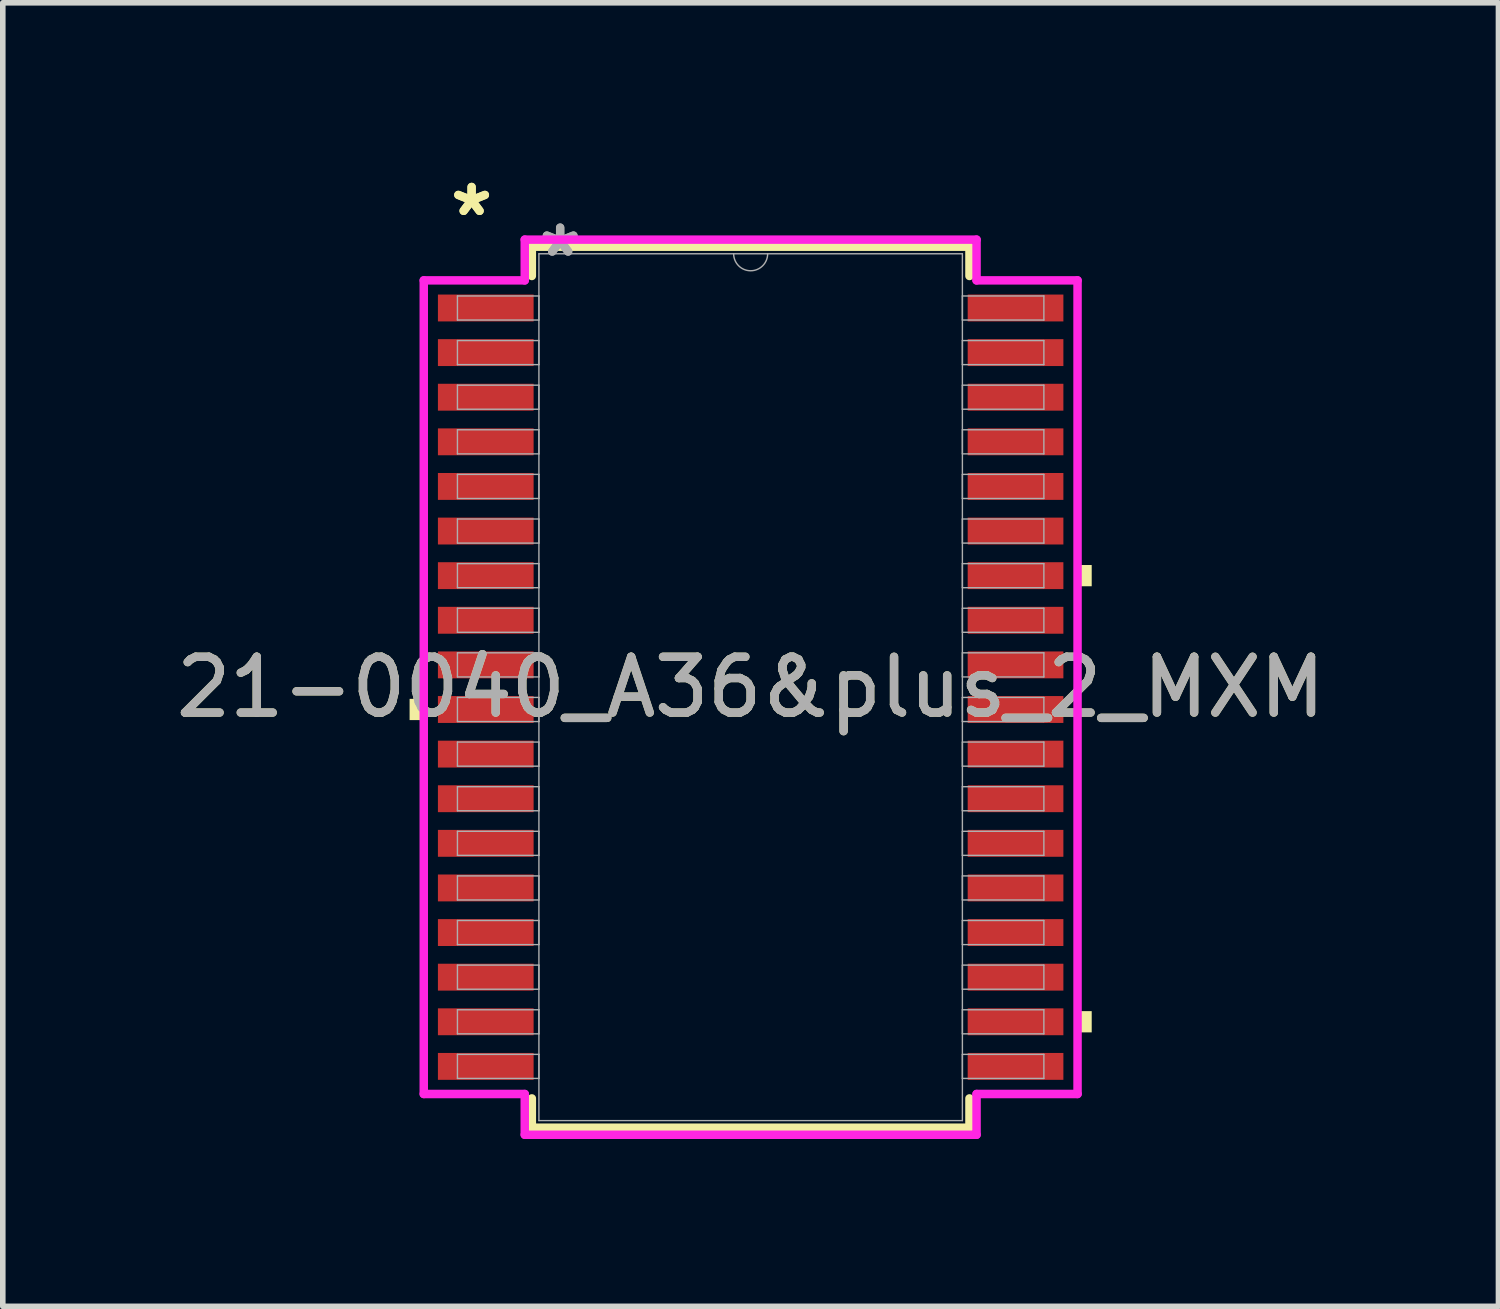
<source format=kicad_pcb>
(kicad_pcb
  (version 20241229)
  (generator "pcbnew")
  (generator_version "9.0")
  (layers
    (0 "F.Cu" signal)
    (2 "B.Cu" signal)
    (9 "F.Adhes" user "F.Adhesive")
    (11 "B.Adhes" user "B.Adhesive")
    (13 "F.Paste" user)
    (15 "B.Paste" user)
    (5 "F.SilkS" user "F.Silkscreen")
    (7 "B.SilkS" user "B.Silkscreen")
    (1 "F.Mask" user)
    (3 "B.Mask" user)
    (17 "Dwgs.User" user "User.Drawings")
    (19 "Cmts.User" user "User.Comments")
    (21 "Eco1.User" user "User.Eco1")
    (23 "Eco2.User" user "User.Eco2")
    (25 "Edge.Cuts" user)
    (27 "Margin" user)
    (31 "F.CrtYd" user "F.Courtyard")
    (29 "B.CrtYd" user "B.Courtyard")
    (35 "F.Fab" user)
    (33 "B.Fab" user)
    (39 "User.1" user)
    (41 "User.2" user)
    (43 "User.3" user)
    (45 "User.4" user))
  (footprint "21-0040_A36&plus_2_MXM"
    (layer "F.Cu")
    (at 10.411 9.273)
    (property "Reference" "21-0040_A36&plus_2_MXM" (at 0 0 0) (unlocked yes) (layer "F.SilkS") (effects (font (size 1 1) (thickness 0.15))))
    (attr smd)
    (fp_line (start -3.924 -7.899) (end -3.924 -7.374) (stroke (width 0.152) (type solid)) (layer "F.SilkS"))
    (fp_line (start -3.924 7.374) (end -3.924 7.899) (stroke (width 0.152) (type solid)) (layer "F.SilkS"))
    (fp_line (start -3.924 7.899) (end 3.924 7.899) (stroke (width 0.152) (type solid)) (layer "F.SilkS"))
    (fp_line (start 3.924 -7.899) (end -3.924 -7.899) (stroke (width 0.152) (type solid)) (layer "F.SilkS"))
    (fp_line (start 3.924 -7.374) (end 3.924 -7.899) (stroke (width 0.152) (type solid)) (layer "F.SilkS"))
    (fp_line (start 3.924 7.899) (end 3.924 7.374) (stroke (width 0.152) (type solid)) (layer "F.SilkS"))
    (fp_poly (pts (xy -6.116 0.209) (xy -6.116 0.59) (xy -5.862 0.59) (xy -5.862 0.209)) (stroke (width 0) (type solid)) (fill yes) (layer "F.SilkS"))
    (fp_poly (pts (xy 6.116 -2.191) (xy 6.116 -1.81) (xy 5.862 -1.81) (xy 5.862 -2.191)) (stroke (width 0) (type solid)) (fill yes) (layer "F.SilkS"))
    (fp_poly (pts (xy 6.116 5.809) (xy 6.116 6.19) (xy 5.862 6.19) (xy 5.862 5.809)) (stroke (width 0) (type solid)) (fill yes) (layer "F.SilkS"))
    (fp_line (start -5.862 -7.295) (end -4.051 -7.295) (stroke (width 0.152) (type solid)) (layer "F.CrtYd"))
    (fp_line (start -5.862 7.295) (end -5.862 -7.295) (stroke (width 0.152) (type solid)) (layer "F.CrtYd"))
    (fp_line (start -5.862 7.295) (end -4.051 7.295) (stroke (width 0.152) (type solid)) (layer "F.CrtYd"))
    (fp_line (start -4.051 -8.026) (end 4.051 -8.026) (stroke (width 0.152) (type solid)) (layer "F.CrtYd"))
    (fp_line (start -4.051 -7.295) (end -4.051 -8.026) (stroke (width 0.152) (type solid)) (layer "F.CrtYd"))
    (fp_line (start -4.051 8.026) (end -4.051 7.295) (stroke (width 0.152) (type solid)) (layer "F.CrtYd"))
    (fp_line (start 4.051 -8.026) (end 4.051 -7.295) (stroke (width 0.152) (type solid)) (layer "F.CrtYd"))
    (fp_line (start 4.051 7.295) (end 4.051 8.026) (stroke (width 0.152) (type solid)) (layer "F.CrtYd"))
    (fp_line (start 4.051 8.026) (end -4.051 8.026) (stroke (width 0.152) (type solid)) (layer "F.CrtYd"))
    (fp_line (start 5.862 -7.295) (end 4.051 -7.295) (stroke (width 0.152) (type solid)) (layer "F.CrtYd"))
    (fp_line (start 5.862 -7.295) (end 5.862 7.295) (stroke (width 0.152) (type solid)) (layer "F.CrtYd"))
    (fp_line (start 5.862 7.295) (end 4.051 7.295) (stroke (width 0.152) (type solid)) (layer "F.CrtYd"))
    (fp_line (start -5.258 -7.016) (end -5.258 -6.584) (stroke (width 0.025) (type solid)) (layer "F.Fab"))
    (fp_line (start -5.258 -6.584) (end -3.797 -6.584) (stroke (width 0.025) (type solid)) (layer "F.Fab"))
    (fp_line (start -5.258 -6.216) (end -5.258 -5.784) (stroke (width 0.025) (type solid)) (layer "F.Fab"))
    (fp_line (start -5.258 -5.784) (end -3.797 -5.784) (stroke (width 0.025) (type solid)) (layer "F.Fab"))
    (fp_line (start -5.258 -5.416) (end -5.258 -4.984) (stroke (width 0.025) (type solid)) (layer "F.Fab"))
    (fp_line (start -5.258 -4.984) (end -3.797 -4.984) (stroke (width 0.025) (type solid)) (layer "F.Fab"))
    (fp_line (start -5.258 -4.616) (end -5.258 -4.184) (stroke (width 0.025) (type solid)) (layer "F.Fab"))
    (fp_line (start -5.258 -4.184) (end -3.797 -4.184) (stroke (width 0.025) (type solid)) (layer "F.Fab"))
    (fp_line (start -5.258 -3.816) (end -5.258 -3.384) (stroke (width 0.025) (type solid)) (layer "F.Fab"))
    (fp_line (start -5.258 -3.384) (end -3.797 -3.384) (stroke (width 0.025) (type solid)) (layer "F.Fab"))
    (fp_line (start -5.258 -3.016) (end -5.258 -2.584) (stroke (width 0.025) (type solid)) (layer "F.Fab"))
    (fp_line (start -5.258 -2.584) (end -3.797 -2.584) (stroke (width 0.025) (type solid)) (layer "F.Fab"))
    (fp_line (start -5.258 -2.216) (end -5.258 -1.784) (stroke (width 0.025) (type solid)) (layer "F.Fab"))
    (fp_line (start -5.258 -1.784) (end -3.797 -1.784) (stroke (width 0.025) (type solid)) (layer "F.Fab"))
    (fp_line (start -5.258 -1.416) (end -5.258 -0.984) (stroke (width 0.025) (type solid)) (layer "F.Fab"))
    (fp_line (start -5.258 -0.984) (end -3.797 -0.984) (stroke (width 0.025) (type solid)) (layer "F.Fab"))
    (fp_line (start -5.258 -0.616) (end -5.258 -0.184) (stroke (width 0.025) (type solid)) (layer "F.Fab"))
    (fp_line (start -5.258 -0.184) (end -3.797 -0.184) (stroke (width 0.025) (type solid)) (layer "F.Fab"))
    (fp_line (start -5.258 0.184) (end -5.258 0.616) (stroke (width 0.025) (type solid)) (layer "F.Fab"))
    (fp_line (start -5.258 0.616) (end -3.797 0.616) (stroke (width 0.025) (type solid)) (layer "F.Fab"))
    (fp_line (start -5.258 0.984) (end -5.258 1.416) (stroke (width 0.025) (type solid)) (layer "F.Fab"))
    (fp_line (start -5.258 1.416) (end -3.797 1.416) (stroke (width 0.025) (type solid)) (layer "F.Fab"))
    (fp_line (start -5.258 1.784) (end -5.258 2.216) (stroke (width 0.025) (type solid)) (layer "F.Fab"))
    (fp_line (start -5.258 2.216) (end -3.797 2.216) (stroke (width 0.025) (type solid)) (layer "F.Fab"))
    (fp_line (start -5.258 2.584) (end -5.258 3.016) (stroke (width 0.025) (type solid)) (layer "F.Fab"))
    (fp_line (start -5.258 3.016) (end -3.797 3.016) (stroke (width 0.025) (type solid)) (layer "F.Fab"))
    (fp_line (start -5.258 3.384) (end -5.258 3.816) (stroke (width 0.025) (type solid)) (layer "F.Fab"))
    (fp_line (start -5.258 3.816) (end -3.797 3.816) (stroke (width 0.025) (type solid)) (layer "F.Fab"))
    (fp_line (start -5.258 4.184) (end -5.258 4.616) (stroke (width 0.025) (type solid)) (layer "F.Fab"))
    (fp_line (start -5.258 4.616) (end -3.797 4.616) (stroke (width 0.025) (type solid)) (layer "F.Fab"))
    (fp_line (start -5.258 4.984) (end -5.258 5.416) (stroke (width 0.025) (type solid)) (layer "F.Fab"))
    (fp_line (start -5.258 5.416) (end -3.797 5.416) (stroke (width 0.025) (type solid)) (layer "F.Fab"))
    (fp_line (start -5.258 5.784) (end -5.258 6.216) (stroke (width 0.025) (type solid)) (layer "F.Fab"))
    (fp_line (start -5.258 6.216) (end -3.797 6.216) (stroke (width 0.025) (type solid)) (layer "F.Fab"))
    (fp_line (start -5.258 6.584) (end -5.258 7.016) (stroke (width 0.025) (type solid)) (layer "F.Fab"))
    (fp_line (start -5.258 7.016) (end -3.797 7.016) (stroke (width 0.025) (type solid)) (layer "F.Fab"))
    (fp_line (start -3.797 -7.772) (end -3.797 7.772) (stroke (width 0.025) (type solid)) (layer "F.Fab"))
    (fp_line (start -3.797 -7.016) (end -5.258 -7.016) (stroke (width 0.025) (type solid)) (layer "F.Fab"))
    (fp_line (start -3.797 -6.584) (end -3.797 -7.016) (stroke (width 0.025) (type solid)) (layer "F.Fab"))
    (fp_line (start -3.797 -6.216) (end -5.258 -6.216) (stroke (width 0.025) (type solid)) (layer "F.Fab"))
    (fp_line (start -3.797 -5.784) (end -3.797 -6.216) (stroke (width 0.025) (type solid)) (layer "F.Fab"))
    (fp_line (start -3.797 -5.416) (end -5.258 -5.416) (stroke (width 0.025) (type solid)) (layer "F.Fab"))
    (fp_line (start -3.797 -4.984) (end -3.797 -5.416) (stroke (width 0.025) (type solid)) (layer "F.Fab"))
    (fp_line (start -3.797 -4.616) (end -5.258 -4.616) (stroke (width 0.025) (type solid)) (layer "F.Fab"))
    (fp_line (start -3.797 -4.184) (end -3.797 -4.616) (stroke (width 0.025) (type solid)) (layer "F.Fab"))
    (fp_line (start -3.797 -3.816) (end -5.258 -3.816) (stroke (width 0.025) (type solid)) (layer "F.Fab"))
    (fp_line (start -3.797 -3.384) (end -3.797 -3.816) (stroke (width 0.025) (type solid)) (layer "F.Fab"))
    (fp_line (start -3.797 -3.016) (end -5.258 -3.016) (stroke (width 0.025) (type solid)) (layer "F.Fab"))
    (fp_line (start -3.797 -2.584) (end -3.797 -3.016) (stroke (width 0.025) (type solid)) (layer "F.Fab"))
    (fp_line (start -3.797 -2.216) (end -5.258 -2.216) (stroke (width 0.025) (type solid)) (layer "F.Fab"))
    (fp_line (start -3.797 -1.784) (end -3.797 -2.216) (stroke (width 0.025) (type solid)) (layer "F.Fab"))
    (fp_line (start -3.797 -1.416) (end -5.258 -1.416) (stroke (width 0.025) (type solid)) (layer "F.Fab"))
    (fp_line (start -3.797 -0.984) (end -3.797 -1.416) (stroke (width 0.025) (type solid)) (layer "F.Fab"))
    (fp_line (start -3.797 -0.616) (end -5.258 -0.616) (stroke (width 0.025) (type solid)) (layer "F.Fab"))
    (fp_line (start -3.797 -0.184) (end -3.797 -0.616) (stroke (width 0.025) (type solid)) (layer "F.Fab"))
    (fp_line (start -3.797 0.184) (end -5.258 0.184) (stroke (width 0.025) (type solid)) (layer "F.Fab"))
    (fp_line (start -3.797 0.616) (end -3.797 0.184) (stroke (width 0.025) (type solid)) (layer "F.Fab"))
    (fp_line (start -3.797 0.984) (end -5.258 0.984) (stroke (width 0.025) (type solid)) (layer "F.Fab"))
    (fp_line (start -3.797 1.416) (end -3.797 0.984) (stroke (width 0.025) (type solid)) (layer "F.Fab"))
    (fp_line (start -3.797 1.784) (end -5.258 1.784) (stroke (width 0.025) (type solid)) (layer "F.Fab"))
    (fp_line (start -3.797 2.216) (end -3.797 1.784) (stroke (width 0.025) (type solid)) (layer "F.Fab"))
    (fp_line (start -3.797 2.584) (end -5.258 2.584) (stroke (width 0.025) (type solid)) (layer "F.Fab"))
    (fp_line (start -3.797 3.016) (end -3.797 2.584) (stroke (width 0.025) (type solid)) (layer "F.Fab"))
    (fp_line (start -3.797 3.384) (end -5.258 3.384) (stroke (width 0.025) (type solid)) (layer "F.Fab"))
    (fp_line (start -3.797 3.816) (end -3.797 3.384) (stroke (width 0.025) (type solid)) (layer "F.Fab"))
    (fp_line (start -3.797 4.184) (end -5.258 4.184) (stroke (width 0.025) (type solid)) (layer "F.Fab"))
    (fp_line (start -3.797 4.616) (end -3.797 4.184) (stroke (width 0.025) (type solid)) (layer "F.Fab"))
    (fp_line (start -3.797 4.984) (end -5.258 4.984) (stroke (width 0.025) (type solid)) (layer "F.Fab"))
    (fp_line (start -3.797 5.416) (end -3.797 4.984) (stroke (width 0.025) (type solid)) (layer "F.Fab"))
    (fp_line (start -3.797 5.784) (end -5.258 5.784) (stroke (width 0.025) (type solid)) (layer "F.Fab"))
    (fp_line (start -3.797 6.216) (end -3.797 5.784) (stroke (width 0.025) (type solid)) (layer "F.Fab"))
    (fp_line (start -3.797 6.584) (end -5.258 6.584) (stroke (width 0.025) (type solid)) (layer "F.Fab"))
    (fp_line (start -3.797 7.016) (end -3.797 6.584) (stroke (width 0.025) (type solid)) (layer "F.Fab"))
    (fp_line (start -3.797 7.772) (end 3.797 7.772) (stroke (width 0.025) (type solid)) (layer "F.Fab"))
    (fp_line (start 3.797 -7.772) (end -3.797 -7.772) (stroke (width 0.025) (type solid)) (layer "F.Fab"))
    (fp_line (start 3.797 -7.016) (end 3.797 -6.584) (stroke (width 0.025) (type solid)) (layer "F.Fab"))
    (fp_line (start 3.797 -6.584) (end 5.258 -6.584) (stroke (width 0.025) (type solid)) (layer "F.Fab"))
    (fp_line (start 3.797 -6.216) (end 3.797 -5.784) (stroke (width 0.025) (type solid)) (layer "F.Fab"))
    (fp_line (start 3.797 -5.784) (end 5.258 -5.784) (stroke (width 0.025) (type solid)) (layer "F.Fab"))
    (fp_line (start 3.797 -5.416) (end 3.797 -4.984) (stroke (width 0.025) (type solid)) (layer "F.Fab"))
    (fp_line (start 3.797 -4.984) (end 5.258 -4.984) (stroke (width 0.025) (type solid)) (layer "F.Fab"))
    (fp_line (start 3.797 -4.616) (end 3.797 -4.184) (stroke (width 0.025) (type solid)) (layer "F.Fab"))
    (fp_line (start 3.797 -4.184) (end 5.258 -4.184) (stroke (width 0.025) (type solid)) (layer "F.Fab"))
    (fp_line (start 3.797 -3.816) (end 3.797 -3.384) (stroke (width 0.025) (type solid)) (layer "F.Fab"))
    (fp_line (start 3.797 -3.384) (end 5.258 -3.384) (stroke (width 0.025) (type solid)) (layer "F.Fab"))
    (fp_line (start 3.797 -3.016) (end 3.797 -2.584) (stroke (width 0.025) (type solid)) (layer "F.Fab"))
    (fp_line (start 3.797 -2.584) (end 5.258 -2.584) (stroke (width 0.025) (type solid)) (layer "F.Fab"))
    (fp_line (start 3.797 -2.216) (end 3.797 -1.784) (stroke (width 0.025) (type solid)) (layer "F.Fab"))
    (fp_line (start 3.797 -1.784) (end 5.258 -1.784) (stroke (width 0.025) (type solid)) (layer "F.Fab"))
    (fp_line (start 3.797 -1.416) (end 3.797 -0.984) (stroke (width 0.025) (type solid)) (layer "F.Fab"))
    (fp_line (start 3.797 -0.984) (end 5.258 -0.984) (stroke (width 0.025) (type solid)) (layer "F.Fab"))
    (fp_line (start 3.797 -0.616) (end 3.797 -0.184) (stroke (width 0.025) (type solid)) (layer "F.Fab"))
    (fp_line (start 3.797 -0.184) (end 5.258 -0.184) (stroke (width 0.025) (type solid)) (layer "F.Fab"))
    (fp_line (start 3.797 0.184) (end 3.797 0.616) (stroke (width 0.025) (type solid)) (layer "F.Fab"))
    (fp_line (start 3.797 0.616) (end 5.258 0.616) (stroke (width 0.025) (type solid)) (layer "F.Fab"))
    (fp_line (start 3.797 0.984) (end 3.797 1.416) (stroke (width 0.025) (type solid)) (layer "F.Fab"))
    (fp_line (start 3.797 1.416) (end 5.258 1.416) (stroke (width 0.025) (type solid)) (layer "F.Fab"))
    (fp_line (start 3.797 1.784) (end 3.797 2.216) (stroke (width 0.025) (type solid)) (layer "F.Fab"))
    (fp_line (start 3.797 2.216) (end 5.258 2.216) (stroke (width 0.025) (type solid)) (layer "F.Fab"))
    (fp_line (start 3.797 2.584) (end 3.797 3.016) (stroke (width 0.025) (type solid)) (layer "F.Fab"))
    (fp_line (start 3.797 3.016) (end 5.258 3.016) (stroke (width 0.025) (type solid)) (layer "F.Fab"))
    (fp_line (start 3.797 3.384) (end 3.797 3.816) (stroke (width 0.025) (type solid)) (layer "F.Fab"))
    (fp_line (start 3.797 3.816) (end 5.258 3.816) (stroke (width 0.025) (type solid)) (layer "F.Fab"))
    (fp_line (start 3.797 4.184) (end 3.797 4.616) (stroke (width 0.025) (type solid)) (layer "F.Fab"))
    (fp_line (start 3.797 4.616) (end 5.258 4.616) (stroke (width 0.025) (type solid)) (layer "F.Fab"))
    (fp_line (start 3.797 4.984) (end 3.797 5.416) (stroke (width 0.025) (type solid)) (layer "F.Fab"))
    (fp_line (start 3.797 5.416) (end 5.258 5.416) (stroke (width 0.025) (type solid)) (layer "F.Fab"))
    (fp_line (start 3.797 5.784) (end 3.797 6.216) (stroke (width 0.025) (type solid)) (layer "F.Fab"))
    (fp_line (start 3.797 6.216) (end 5.258 6.216) (stroke (width 0.025) (type solid)) (layer "F.Fab"))
    (fp_line (start 3.797 6.584) (end 3.797 7.016) (stroke (width 0.025) (type solid)) (layer "F.Fab"))
    (fp_line (start 3.797 7.016) (end 5.258 7.016) (stroke (width 0.025) (type solid)) (layer "F.Fab"))
    (fp_line (start 3.797 7.772) (end 3.797 -7.772) (stroke (width 0.025) (type solid)) (layer "F.Fab"))
    (fp_line (start 5.258 -7.016) (end 3.797 -7.016) (stroke (width 0.025) (type solid)) (layer "F.Fab"))
    (fp_line (start 5.258 -6.584) (end 5.258 -7.016) (stroke (width 0.025) (type solid)) (layer "F.Fab"))
    (fp_line (start 5.258 -6.216) (end 3.797 -6.216) (stroke (width 0.025) (type solid)) (layer "F.Fab"))
    (fp_line (start 5.258 -5.784) (end 5.258 -6.216) (stroke (width 0.025) (type solid)) (layer "F.Fab"))
    (fp_line (start 5.258 -5.416) (end 3.797 -5.416) (stroke (width 0.025) (type solid)) (layer "F.Fab"))
    (fp_line (start 5.258 -4.984) (end 5.258 -5.416) (stroke (width 0.025) (type solid)) (layer "F.Fab"))
    (fp_line (start 5.258 -4.616) (end 3.797 -4.616) (stroke (width 0.025) (type solid)) (layer "F.Fab"))
    (fp_line (start 5.258 -4.184) (end 5.258 -4.616) (stroke (width 0.025) (type solid)) (layer "F.Fab"))
    (fp_line (start 5.258 -3.816) (end 3.797 -3.816) (stroke (width 0.025) (type solid)) (layer "F.Fab"))
    (fp_line (start 5.258 -3.384) (end 5.258 -3.816) (stroke (width 0.025) (type solid)) (layer "F.Fab"))
    (fp_line (start 5.258 -3.016) (end 3.797 -3.016) (stroke (width 0.025) (type solid)) (layer "F.Fab"))
    (fp_line (start 5.258 -2.584) (end 5.258 -3.016) (stroke (width 0.025) (type solid)) (layer "F.Fab"))
    (fp_line (start 5.258 -2.216) (end 3.797 -2.216) (stroke (width 0.025) (type solid)) (layer "F.Fab"))
    (fp_line (start 5.258 -1.784) (end 5.258 -2.216) (stroke (width 0.025) (type solid)) (layer "F.Fab"))
    (fp_line (start 5.258 -1.416) (end 3.797 -1.416) (stroke (width 0.025) (type solid)) (layer "F.Fab"))
    (fp_line (start 5.258 -0.984) (end 5.258 -1.416) (stroke (width 0.025) (type solid)) (layer "F.Fab"))
    (fp_line (start 5.258 -0.616) (end 3.797 -0.616) (stroke (width 0.025) (type solid)) (layer "F.Fab"))
    (fp_line (start 5.258 -0.184) (end 5.258 -0.616) (stroke (width 0.025) (type solid)) (layer "F.Fab"))
    (fp_line (start 5.258 0.184) (end 3.797 0.184) (stroke (width 0.025) (type solid)) (layer "F.Fab"))
    (fp_line (start 5.258 0.616) (end 5.258 0.184) (stroke (width 0.025) (type solid)) (layer "F.Fab"))
    (fp_line (start 5.258 0.984) (end 3.797 0.984) (stroke (width 0.025) (type solid)) (layer "F.Fab"))
    (fp_line (start 5.258 1.416) (end 5.258 0.984) (stroke (width 0.025) (type solid)) (layer "F.Fab"))
    (fp_line (start 5.258 1.784) (end 3.797 1.784) (stroke (width 0.025) (type solid)) (layer "F.Fab"))
    (fp_line (start 5.258 2.216) (end 5.258 1.784) (stroke (width 0.025) (type solid)) (layer "F.Fab"))
    (fp_line (start 5.258 2.584) (end 3.797 2.584) (stroke (width 0.025) (type solid)) (layer "F.Fab"))
    (fp_line (start 5.258 3.016) (end 5.258 2.584) (stroke (width 0.025) (type solid)) (layer "F.Fab"))
    (fp_line (start 5.258 3.384) (end 3.797 3.384) (stroke (width 0.025) (type solid)) (layer "F.Fab"))
    (fp_line (start 5.258 3.816) (end 5.258 3.384) (stroke (width 0.025) (type solid)) (layer "F.Fab"))
    (fp_line (start 5.258 4.184) (end 3.797 4.184) (stroke (width 0.025) (type solid)) (layer "F.Fab"))
    (fp_line (start 5.258 4.616) (end 5.258 4.184) (stroke (width 0.025) (type solid)) (layer "F.Fab"))
    (fp_line (start 5.258 4.984) (end 3.797 4.984) (stroke (width 0.025) (type solid)) (layer "F.Fab"))
    (fp_line (start 5.258 5.416) (end 5.258 4.984) (stroke (width 0.025) (type solid)) (layer "F.Fab"))
    (fp_line (start 5.258 5.784) (end 3.797 5.784) (stroke (width 0.025) (type solid)) (layer "F.Fab"))
    (fp_line (start 5.258 6.216) (end 5.258 5.784) (stroke (width 0.025) (type solid)) (layer "F.Fab"))
    (fp_line (start 5.258 6.584) (end 3.797 6.584) (stroke (width 0.025) (type solid)) (layer "F.Fab"))
    (fp_line (start 5.258 7.016) (end 5.258 6.584) (stroke (width 0.025) (type solid)) (layer "F.Fab"))
    (fp_arc (start 0.3048 -7.7724) (mid 0 -7.4676) (end -0.3048 -7.7724) (stroke (width 0.0254) (type solid)) (layer "F.Fab"))
    (fp_text user "*" (at -5.004 -8.425 0) (layer "F.SilkS") (effects (font (size 1 1) (thickness 0.15))))
    (fp_text user "*" (at -5.004 -8.425 0) (unlocked yes) (layer "F.SilkS") (effects (font (size 1 1) (thickness 0.15))))
    (fp_text user "${REFERENCE}" (at 0 0 0) (unlocked yes) (layer "F.Fab") (effects (font (size 1 1) (thickness 0.15))))
    (fp_text user "*" (at -3.416 -7.696 0) (layer "F.Fab") (effects (font (size 1 1) (thickness 0.15))))
    (fp_text user "*" (at -3.416 -7.696 0) (unlocked yes) (layer "F.Fab") (effects (font (size 1 1) (thickness 0.15))))
    (pad "1" smd rect (at -4.75 -6.8) (size 1.716 0.482) (layers "F.Cu" "F.Mask" "F.Paste"))
    (pad "2" smd rect (at -4.75 -6) (size 1.716 0.482) (layers "F.Cu" "F.Mask" "F.Paste"))
    (pad "3" smd rect (at -4.75 -5.2) (size 1.716 0.482) (layers "F.Cu" "F.Mask" "F.Paste"))
    (pad "4" smd rect (at -4.75 -4.4) (size 1.716 0.482) (layers "F.Cu" "F.Mask" "F.Paste"))
    (pad "5" smd rect (at -4.75 -3.6) (size 1.716 0.482) (layers "F.Cu" "F.Mask" "F.Paste"))
    (pad "6" smd rect (at -4.75 -2.8) (size 1.716 0.482) (layers "F.Cu" "F.Mask" "F.Paste"))
    (pad "7" smd rect (at -4.75 -2) (size 1.716 0.482) (layers "F.Cu" "F.Mask" "F.Paste"))
    (pad "8" smd rect (at -4.75 -1.2) (size 1.716 0.482) (layers "F.Cu" "F.Mask" "F.Paste"))
    (pad "9" smd rect (at -4.75 -0.4) (size 1.716 0.482) (layers "F.Cu" "F.Mask" "F.Paste"))
    (pad "10" smd rect (at -4.75 0.4) (size 1.716 0.482) (layers "F.Cu" "F.Mask" "F.Paste"))
    (pad "11" smd rect (at -4.75 1.2) (size 1.716 0.482) (layers "F.Cu" "F.Mask" "F.Paste"))
    (pad "12" smd rect (at -4.75 2) (size 1.716 0.482) (layers "F.Cu" "F.Mask" "F.Paste"))
    (pad "13" smd rect (at -4.75 2.8) (size 1.716 0.482) (layers "F.Cu" "F.Mask" "F.Paste"))
    (pad "14" smd rect (at -4.75 3.6) (size 1.716 0.482) (layers "F.Cu" "F.Mask" "F.Paste"))
    (pad "15" smd rect (at -4.75 4.4) (size 1.716 0.482) (layers "F.Cu" "F.Mask" "F.Paste"))
    (pad "16" smd rect (at -4.75 5.2) (size 1.716 0.482) (layers "F.Cu" "F.Mask" "F.Paste"))
    (pad "17" smd rect (at -4.75 6) (size 1.716 0.482) (layers "F.Cu" "F.Mask" "F.Paste"))
    (pad "18" smd rect (at -4.75 6.8) (size 1.716 0.482) (layers "F.Cu" "F.Mask" "F.Paste"))
    (pad "19" smd rect (at 4.75 6.8) (size 1.716 0.482) (layers "F.Cu" "F.Mask" "F.Paste"))
    (pad "20" smd rect (at 4.75 6) (size 1.716 0.482) (layers "F.Cu" "F.Mask" "F.Paste"))
    (pad "21" smd rect (at 4.75 5.2) (size 1.716 0.482) (layers "F.Cu" "F.Mask" "F.Paste"))
    (pad "22" smd rect (at 4.75 4.4) (size 1.716 0.482) (layers "F.Cu" "F.Mask" "F.Paste"))
    (pad "23" smd rect (at 4.75 3.6) (size 1.716 0.482) (layers "F.Cu" "F.Mask" "F.Paste"))
    (pad "24" smd rect (at 4.75 2.8) (size 1.716 0.482) (layers "F.Cu" "F.Mask" "F.Paste"))
    (pad "25" smd rect (at 4.75 2) (size 1.716 0.482) (layers "F.Cu" "F.Mask" "F.Paste"))
    (pad "26" smd rect (at 4.75 1.2) (size 1.716 0.482) (layers "F.Cu" "F.Mask" "F.Paste"))
    (pad "27" smd rect (at 4.75 0.4) (size 1.716 0.482) (layers "F.Cu" "F.Mask" "F.Paste"))
    (pad "28" smd rect (at 4.75 -0.4) (size 1.716 0.482) (layers "F.Cu" "F.Mask" "F.Paste"))
    (pad "29" smd rect (at 4.75 -1.2) (size 1.716 0.482) (layers "F.Cu" "F.Mask" "F.Paste"))
    (pad "30" smd rect (at 4.75 -2) (size 1.716 0.482) (layers "F.Cu" "F.Mask" "F.Paste"))
    (pad "31" smd rect (at 4.75 -2.8) (size 1.716 0.482) (layers "F.Cu" "F.Mask" "F.Paste"))
    (pad "32" smd rect (at 4.75 -3.6) (size 1.716 0.482) (layers "F.Cu" "F.Mask" "F.Paste"))
    (pad "33" smd rect (at 4.75 -4.4) (size 1.716 0.482) (layers "F.Cu" "F.Mask" "F.Paste"))
    (pad "34" smd rect (at 4.75 -5.2) (size 1.716 0.482) (layers "F.Cu" "F.Mask" "F.Paste"))
    (pad "35" smd rect (at 4.75 -6) (size 1.716 0.482) (layers "F.Cu" "F.Mask" "F.Paste"))
    (pad "36" smd rect (at 4.75 -6.8) (size 1.716 0.482) (layers "F.Cu" "F.Mask" "F.Paste")))
  (gr_rect
    (start -3 -3)
    (end 23.821 20.376)
    (stroke (width 0.1) (type default))
    (fill no)
    (layer "Edge.Cuts")))
</source>
